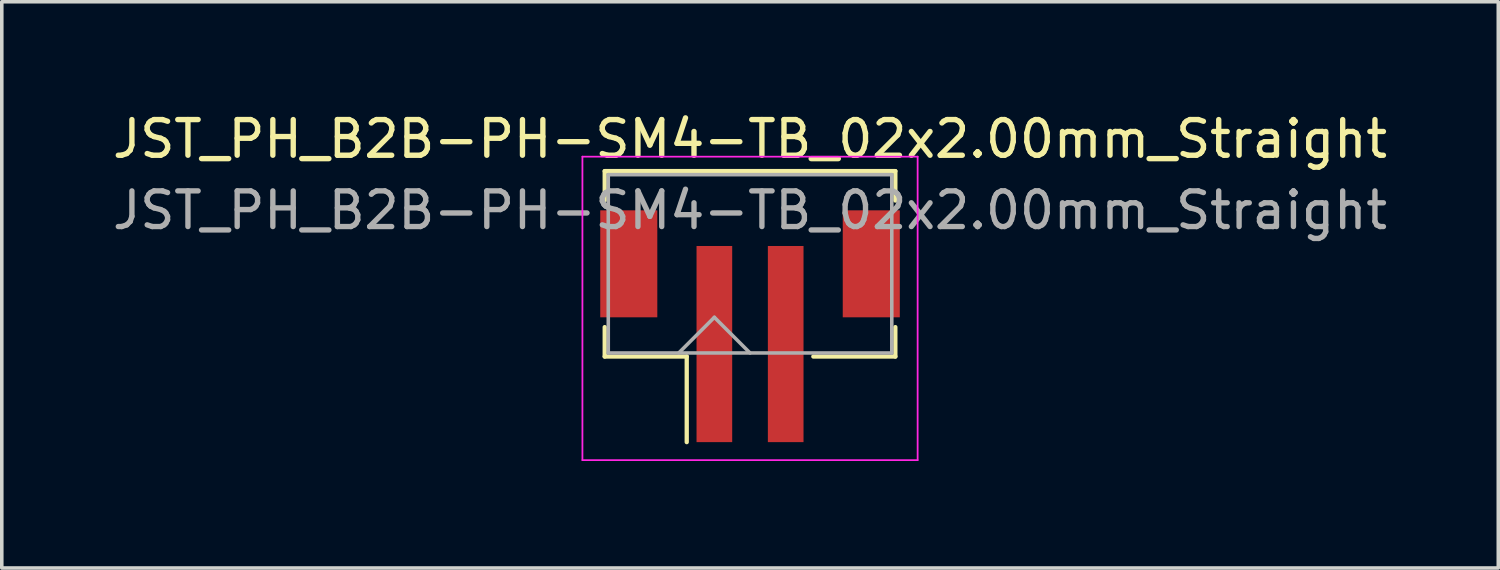
<source format=kicad_pcb>
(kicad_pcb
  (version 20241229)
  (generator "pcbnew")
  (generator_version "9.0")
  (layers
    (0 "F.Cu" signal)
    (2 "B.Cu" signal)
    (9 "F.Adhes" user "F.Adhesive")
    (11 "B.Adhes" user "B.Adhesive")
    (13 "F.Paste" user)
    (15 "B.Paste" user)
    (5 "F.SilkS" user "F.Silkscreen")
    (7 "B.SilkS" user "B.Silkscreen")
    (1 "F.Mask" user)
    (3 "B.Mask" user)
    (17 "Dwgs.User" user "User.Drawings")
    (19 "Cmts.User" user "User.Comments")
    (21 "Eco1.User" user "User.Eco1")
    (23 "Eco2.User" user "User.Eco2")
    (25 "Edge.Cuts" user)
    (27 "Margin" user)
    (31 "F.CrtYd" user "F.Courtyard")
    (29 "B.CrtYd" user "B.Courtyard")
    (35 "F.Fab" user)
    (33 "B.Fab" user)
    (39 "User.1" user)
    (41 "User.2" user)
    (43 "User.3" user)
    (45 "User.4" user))
  (footprint "JST_PH_B2B-PH-SM4-TB_02x2.00mm_Straight"
    (layer "F.Cu")
    (at 17.982 5.473)
    (property "Reference" "JST_PH_B2B-PH-SM4-TB_02x2.00mm_Straight" (at 0 -4.625 0) (layer "F.SilkS") (effects (font (size 1 1) (thickness 0.15))))
    (attr smd)
    (fp_line (start -4.075 -3.725) (end 4.075 -3.725) (stroke (width 0.12) (type solid)) (layer "F.SilkS"))
    (fp_line (start -4.075 -2.9) (end -4.075 -3.725) (stroke (width 0.12) (type solid)) (layer "F.SilkS"))
    (fp_line (start -4.075 0.65) (end -4.075 1.475) (stroke (width 0.12) (type solid)) (layer "F.SilkS"))
    (fp_line (start -4.075 1.475) (end -1.775 1.475) (stroke (width 0.12) (type solid)) (layer "F.SilkS"))
    (fp_line (start -1.775 1.475) (end -1.775 3.875) (stroke (width 0.12) (type solid)) (layer "F.SilkS"))
    (fp_line (start 4.075 -3.725) (end 4.075 -2.9) (stroke (width 0.12) (type solid)) (layer "F.SilkS"))
    (fp_line (start 4.075 0.65) (end 4.075 1.475) (stroke (width 0.12) (type solid)) (layer "F.SilkS"))
    (fp_line (start 4.075 1.475) (end 1.775 1.475) (stroke (width 0.12) (type solid)) (layer "F.SilkS"))
    (fp_line (start -4.7 -4.13) (end -4.7 4.38) (stroke (width 0.05) (type solid)) (layer "F.CrtYd"))
    (fp_line (start -4.7 4.38) (end 4.7 4.38) (stroke (width 0.05) (type solid)) (layer "F.CrtYd"))
    (fp_line (start 4.7 -4.13) (end -4.7 -4.13) (stroke (width 0.05) (type solid)) (layer "F.CrtYd"))
    (fp_line (start 4.7 4.38) (end 4.7 -4.13) (stroke (width 0.05) (type solid)) (layer "F.CrtYd"))
    (fp_line (start -3.975 -3.625) (end -3.975 1.375) (stroke (width 0.1) (type solid)) (layer "F.Fab"))
    (fp_line (start -3.975 1.375) (end 3.975 1.375) (stroke (width 0.1) (type solid)) (layer "F.Fab"))
    (fp_line (start -2 1.375) (end -1 0.375) (stroke (width 0.1) (type solid)) (layer "F.Fab"))
    (fp_line (start -1 0.375) (end 0 1.375) (stroke (width 0.1) (type solid)) (layer "F.Fab"))
    (fp_line (start 3.975 -3.625) (end -3.975 -3.625) (stroke (width 0.1) (type solid)) (layer "F.Fab"))
    (fp_line (start 3.975 1.375) (end 3.975 -3.625) (stroke (width 0.1) (type solid)) (layer "F.Fab"))
    (fp_text user "${REFERENCE}" (at 0 -2.625 0) (layer "F.Fab") (effects (font (size 1 1) (thickness 0.15))))
    (pad "" smd rect (at -3.4 -1.125) (size 1.6 3) (layers "F.Cu" "F.Mask" "F.Paste"))
    (pad "" smd rect (at 3.4 -1.125) (size 1.6 3) (layers "F.Cu" "F.Mask" "F.Paste"))
    (pad "1" smd rect (at -1 1.125) (size 1 5.5) (layers "F.Cu" "F.Mask" "F.Paste"))
    (pad "2" smd rect (at 1 1.125) (size 1 5.5) (layers "F.Cu" "F.Mask" "F.Paste")))
  (gr_rect
    (start -3 -3)
    (end 38.964 12.878)
    (stroke (width 0.1) (type default))
    (fill no)
    (layer "Edge.Cuts")))
</source>
